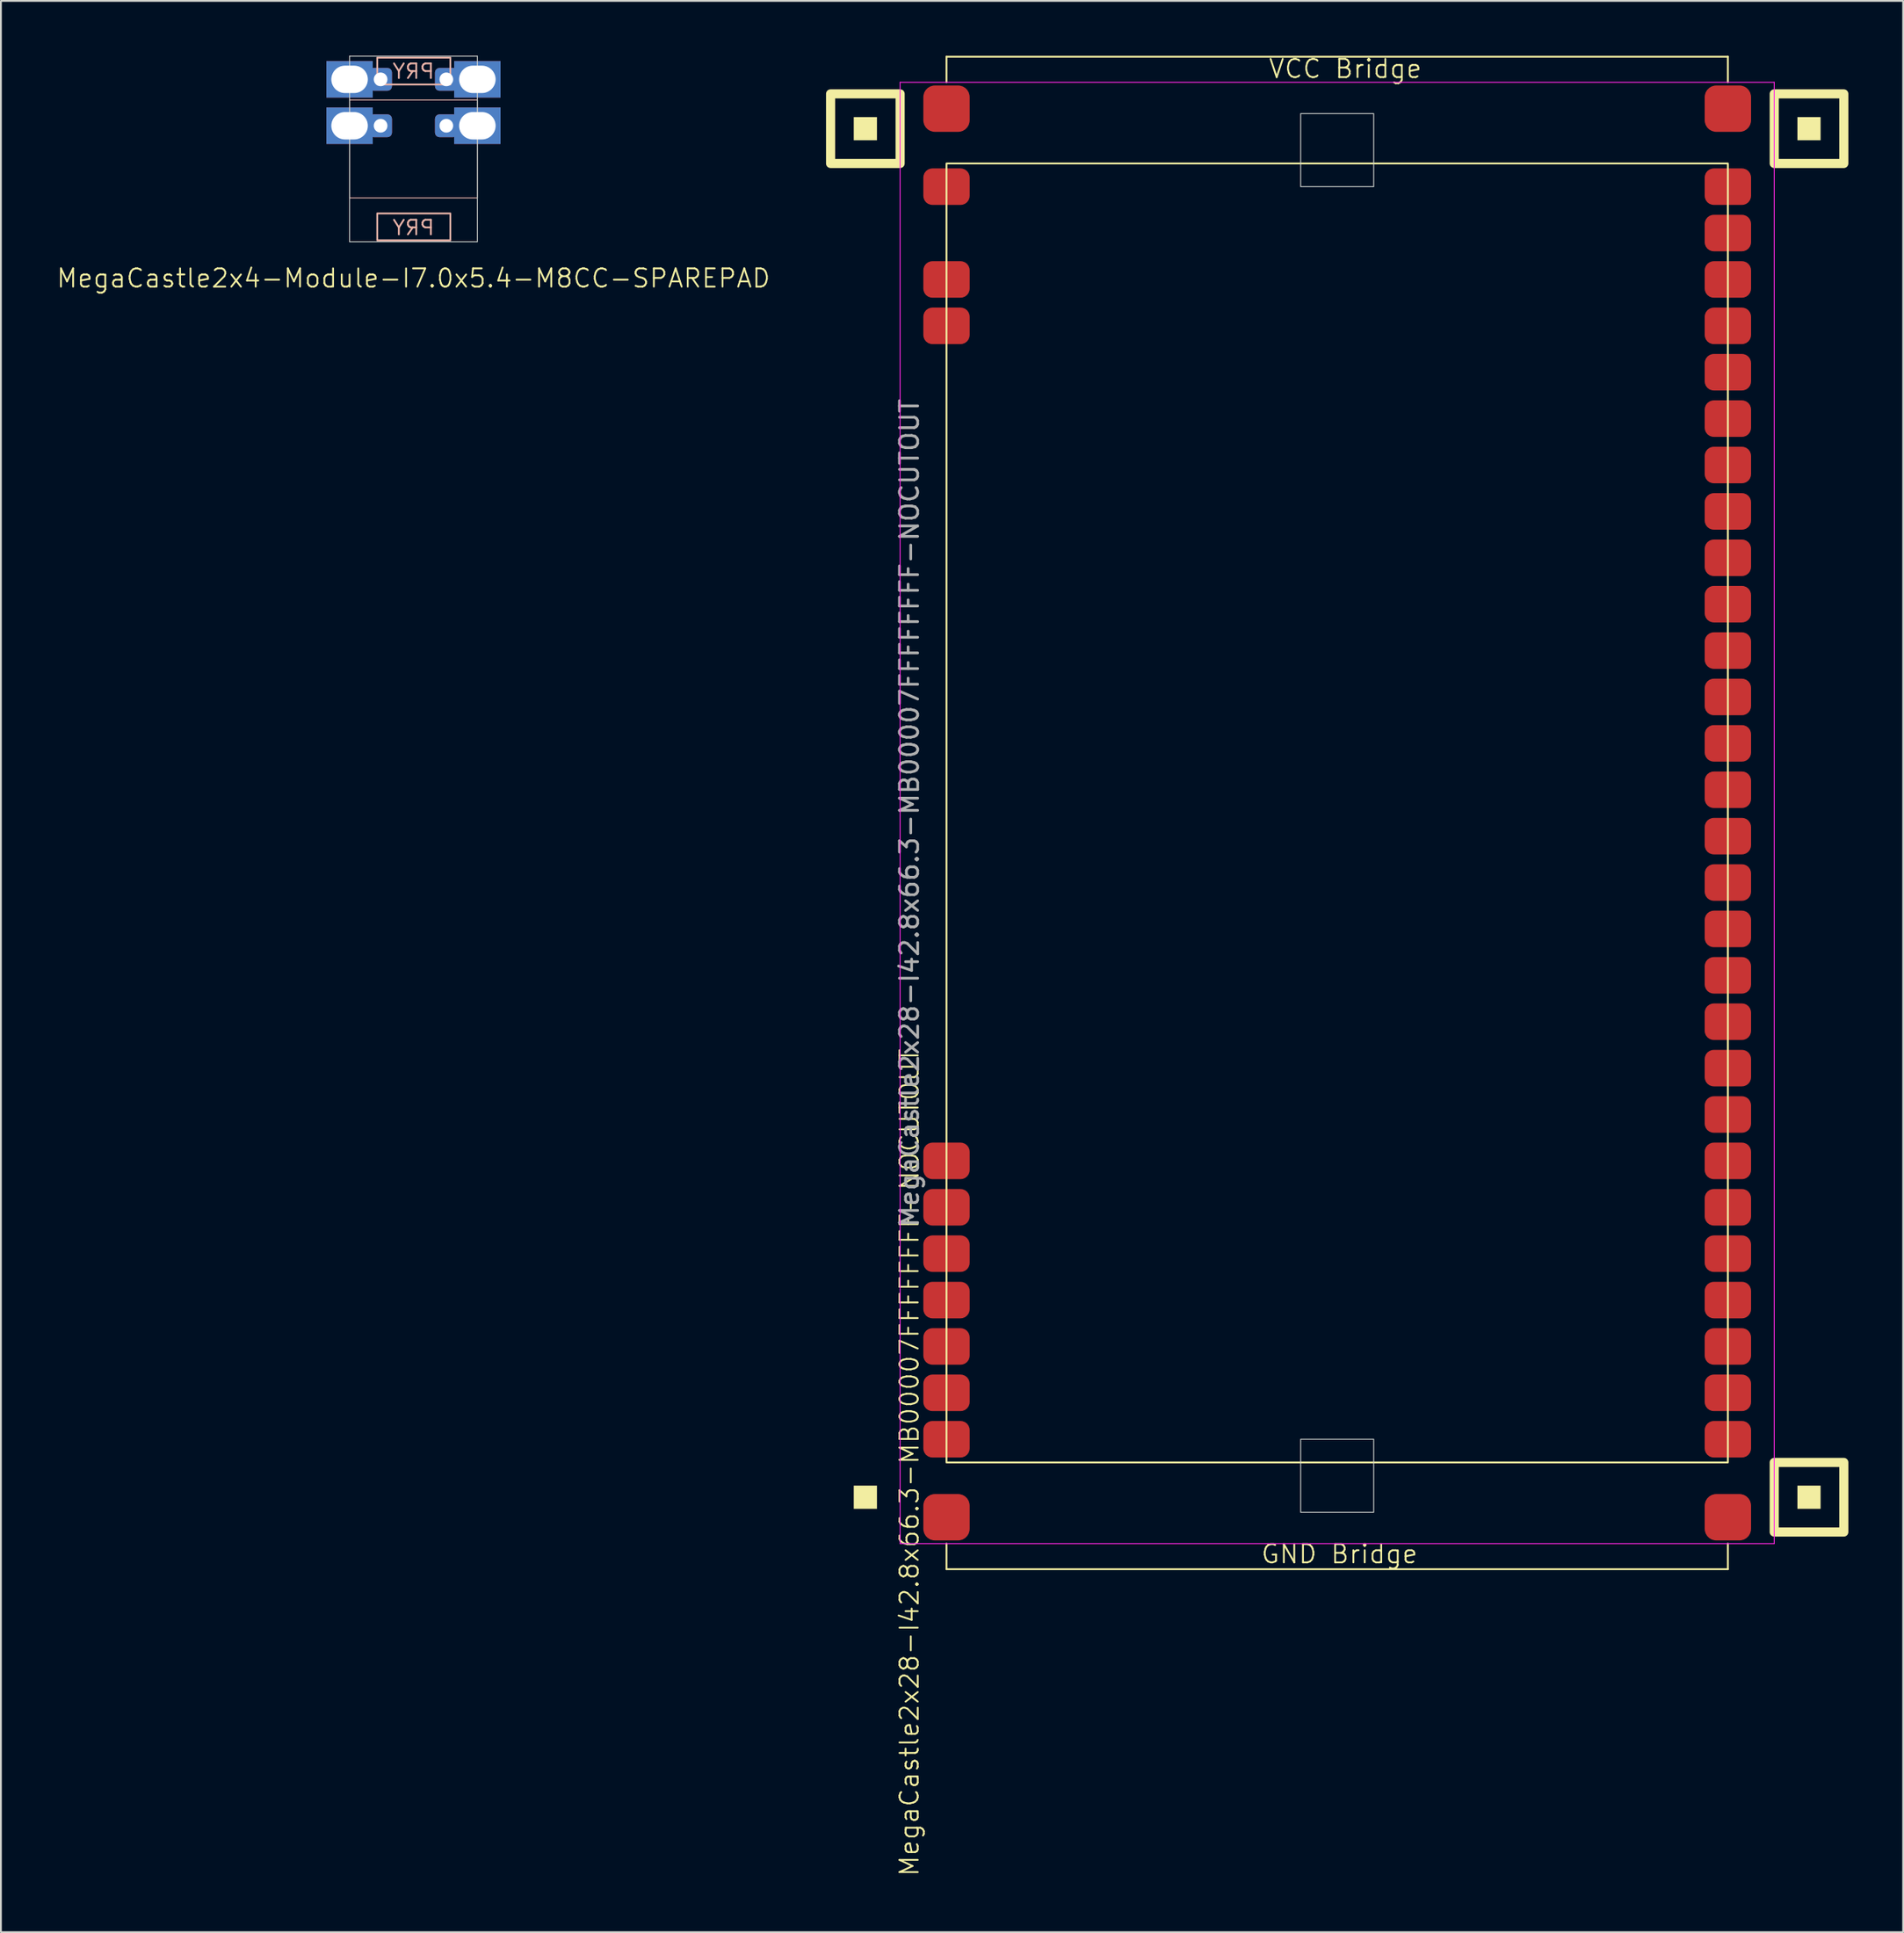
<source format=kicad_pcb>
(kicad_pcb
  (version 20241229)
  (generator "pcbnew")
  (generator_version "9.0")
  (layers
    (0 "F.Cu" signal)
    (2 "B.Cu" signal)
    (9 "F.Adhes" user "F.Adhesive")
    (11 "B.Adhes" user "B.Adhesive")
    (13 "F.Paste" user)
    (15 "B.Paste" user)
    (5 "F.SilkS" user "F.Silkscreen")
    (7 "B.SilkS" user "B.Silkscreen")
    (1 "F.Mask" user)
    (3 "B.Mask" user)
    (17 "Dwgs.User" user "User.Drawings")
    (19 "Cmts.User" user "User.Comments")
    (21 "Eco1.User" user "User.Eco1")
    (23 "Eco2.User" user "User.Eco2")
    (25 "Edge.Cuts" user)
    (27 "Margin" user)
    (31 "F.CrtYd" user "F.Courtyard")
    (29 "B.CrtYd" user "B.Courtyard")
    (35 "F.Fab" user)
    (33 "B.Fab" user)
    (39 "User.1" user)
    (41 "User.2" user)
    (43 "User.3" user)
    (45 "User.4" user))
  (footprint "MegaCastle2x4-Module-I7.0x5.4-M8CC-SPAREPAD"
    (layer "F.Cu")
    (at 19.598 5.105)
    (property "Reference" "MegaCastle2x4-Module-I7.0x5.4-M8CC-SPAREPAD" (at 0 7.08 0) (unlocked yes) (layer "F.SilkS") (effects (font (size 1 1) (thickness 0.1))))
    (attr smd)
    (fp_rect (start -3.5 2.68) (end 3.5 -2.68) (stroke (width 0.05) (type default)) (fill no) (layer "B.SilkS"))
    (fp_rect (start -1.984 -3.531) (end 2.02 -5) (stroke (width 0.1) (type default)) (fill no) (layer "B.SilkS"))
    (fp_rect (start -1.984 3.531) (end 2.02 5) (stroke (width 0.1) (type default)) (fill no) (layer "B.SilkS"))
    (fp_line (start -3.5 -5.08) (end -3.5 5.08) (stroke (width 0.05) (type default)) (layer "Edge.Cuts"))
    (fp_line (start -3.5 -5.08) (end 3.5 -5.08) (stroke (width 0.05) (type default)) (layer "Edge.Cuts"))
    (fp_line (start -3.5 5.08) (end 3.5 5.08) (stroke (width 0.05) (type default)) (layer "Edge.Cuts"))
    (fp_line (start 3.5 -5.08) (end 3.5 5.08) (stroke (width 0.05) (type default)) (layer "Edge.Cuts"))
    (fp_text user "PRY" (at 0 -3.78 0) (unlocked yes) (layer "B.SilkS") (effects (font (size 0.8 0.8) (thickness 0.1)) (justify bottom mirror)))
    (fp_text user "PRY" (at 0 4.78 0) (unlocked yes) (layer "B.SilkS") (effects (font (size 0.8 0.8) (thickness 0.1)) (justify bottom mirror)))
    (pad "1" thru_hole rect (at -3.5 -3.81) (size 2.54 2) (drill oval 2 1.5) (property pad_prop_castellated) (layers "*.Cu" "*.Mask"))
    (pad "1" thru_hole roundrect (at -1.8 -3.81 180) (size 1.25 1.25) (drill 0.75) (layers "*.Cu" "*.Mask") (roundrect_rratio 0.2))
    (pad "2" thru_hole rect (at -3.5 -1.27) (size 2.54 2) (drill oval 2 1.5) (property pad_prop_castellated) (layers "*.Cu" "*.Mask"))
    (pad "2" thru_hole roundrect (at -1.8 -1.27 180) (size 1.25 1.25) (drill 0.75) (layers "*.Cu" "*.Mask") (roundrect_rratio 0.2))
    (pad "5" thru_hole roundrect (at 1.8 -3.81 180) (size 1.25 1.25) (drill 0.75) (layers "*.Cu" "*.Mask") (roundrect_rratio 0.2))
    (pad "5" thru_hole rect (at 3.5 -3.81) (size 2.54 2) (drill oval 2 1.5) (property pad_prop_castellated) (layers "*.Cu" "*.Mask"))
    (pad "6" thru_hole roundrect (at 1.8 -1.27 180) (size 1.25 1.25) (drill 0.75) (layers "*.Cu" "*.Mask") (roundrect_rratio 0.2))
    (pad "6" thru_hole rect (at 3.5 -1.27) (size 2.54 2) (drill oval 2 1.5) (property pad_prop_castellated) (layers "*.Cu" "*.Mask"))
    (zone (net_name "") (layer "B.Cu") (hatch edge 0.5) (connect_pads) (min_thickness 0.25) (filled_areas_thickness no) (keepout (tracks allowed) (vias allowed) (pads allowed) (copperpour allowed) (footprints not_allowed)) (placement (enabled no)) (fill) (polygon (pts (xy 16.098 10.185) (xy 16.098 0.025))))
    (zone (net_name "") (layer "B.Cu") (hatch edge 0.5) (connect_pads) (min_thickness 0.25) (filled_areas_thickness no) (keepout (tracks allowed) (vias allowed) (pads allowed) (copperpour allowed) (footprints not_allowed)) (placement (enabled no)) (fill) (polygon (pts (xy 23.098 10.185) (xy 23.098 0.025))))
    (zone (net_name "") (layer "B.Cu") (hatch edge 0.5) (connect_pads) (min_thickness 0.25) (filled_areas_thickness no) (keepout (tracks allowed) (vias allowed) (pads allowed) (copperpour allowed) (footprints not_allowed)) (placement (enabled no)) (fill) (polygon (pts (xy 16.098 0.025) (xy 16.098 2.425) (xy 23.098 2.425) (xy 23.098 0.025))))
    (zone (net_name "") (layer "B.Cu") (hatch edge 0.5) (connect_pads) (min_thickness 0.25) (filled_areas_thickness no) (keepout (tracks allowed) (vias allowed) (pads allowed) (copperpour allowed) (footprints not_allowed)) (placement (enabled no)) (fill) (polygon (pts (xy 16.098 10.185) (xy 16.098 7.785) (xy 23.098 7.785) (xy 23.098 10.185))))
    (zone (net_name "") (layer "B.Cu") (name "Upper Pry Zone") (hatch edge 0.5) (connect_pads) (min_thickness 0.25) (filled_areas_thickness no) (keepout (tracks not_allowed) (vias not_allowed) (pads not_allowed) (copperpour allowed) (footprints not_allowed)) (placement (enabled no)) (fill) (polygon (pts (xy 17.613 1.574) (xy 17.613 0.105) (xy 21.617 0.105) (xy 21.617 1.574))))
    (zone (net_name "") (layer "B.Cu") (name "Upper Pry Zone") (hatch edge 0.5) (connect_pads) (min_thickness 0.25) (filled_areas_thickness no) (keepout (tracks not_allowed) (vias not_allowed) (pads not_allowed) (copperpour allowed) (footprints not_allowed)) (placement (enabled no)) (fill) (polygon (pts (xy 17.613 8.636) (xy 17.613 10.105) (xy 21.617 10.105) (xy 21.617 8.636)))))
  (footprint "MegaCastle2x28-I42.8x66.3-MB00007FFFFFFFF-NOCUTOUT"
    (layer "F.Cu")
    (at 70.195 41.46)
    (property "Reference" "MegaCastle2x28-I42.8x66.3-MB00007FFFFFFFF-NOCUTOUT" (at -23.432 35.56 90) (unlocked yes) (layer "F.SilkS") (effects (font (size 1 1) (thickness 0.1))))
    (attr smd)
    (fp_line (start -21.4 -41.405) (end 21.4 -41.405) (stroke (width 0.1) (type default)) (layer "F.SilkS"))
    (fp_line (start -21.4 -40.005) (end -21.4 -41.405) (stroke (width 0.1) (type default)) (layer "F.SilkS"))
    (fp_line (start -21.4 40.005) (end -21.4 41.405) (stroke (width 0.1) (type default)) (layer "F.SilkS"))
    (fp_line (start -21.4 41.405) (end 21.4 41.405) (stroke (width 0.1) (type default)) (layer "F.SilkS"))
    (fp_line (start 21.4 -40.005) (end 21.4 -41.405) (stroke (width 0.1) (type default)) (layer "F.SilkS"))
    (fp_line (start 21.4 40.005) (end 21.4 41.405) (stroke (width 0.1) (type default)) (layer "F.SilkS"))
    (fp_rect (start -25.21 -36.83) (end -26.48 -38.1) (stroke (width 0) (type solid)) (fill yes) (layer "F.SilkS"))
    (fp_rect (start -25.21 38.1) (end -26.48 36.83) (stroke (width 0) (type solid)) (fill yes) (layer "F.SilkS"))
    (fp_rect (start -23.94 -35.56) (end -27.75 -39.37) (stroke (width 0.5) (type default)) (fill no) (layer "F.SilkS"))
    (fp_rect (start -21.4 -35.56) (end 21.4 35.56) (stroke (width 0.1) (type default)) (fill no) (layer "F.SilkS"))
    (fp_rect (start 26.48 -36.83) (end 25.21 -38.1) (stroke (width 0) (type solid)) (fill yes) (layer "F.SilkS"))
    (fp_rect (start 26.48 38.1) (end 25.21 36.83) (stroke (width 0) (type solid)) (fill yes) (layer "F.SilkS"))
    (fp_rect (start 27.75 -35.56) (end 23.94 -39.37) (stroke (width 0.5) (type default)) (fill no) (layer "F.SilkS"))
    (fp_rect (start 27.75 39.37) (end 23.94 35.56) (stroke (width 0.5) (type default)) (fill no) (layer "F.SilkS"))
    (fp_rect (start -2 -34.29) (end 2 -38.29) (stroke (width 0.05) (type default)) (fill no) (layer "Edge.Cuts"))
    (fp_rect (start -2 34.29) (end 2 38.29) (stroke (width 0.05) (type default)) (fill no) (layer "Edge.Cuts"))
    (fp_line (start -23.94 -40.005) (end -23.94 40.005) (stroke (width 0.05) (type default)) (layer "F.CrtYd"))
    (fp_line (start -23.94 40.005) (end 23.94 40.005) (stroke (width 0.05) (type default)) (layer "F.CrtYd"))
    (fp_line (start 23.94 -40.005) (end -23.94 -40.005) (stroke (width 0.05) (type default)) (layer "F.CrtYd"))
    (fp_line (start 23.94 -40.005) (end 23.94 40.005) (stroke (width 0.05) (type default)) (layer "F.CrtYd"))
    (fp_text user "GND Bridge" (at -4.226 41.16 0) (unlocked yes) (layer "F.SilkS") (effects (font (size 1 1) (thickness 0.1)) (justify left bottom)))
    (fp_text user "VCC Bridge" (at -3.81 -40.16 0) (unlocked yes) (layer "F.SilkS") (effects (font (size 1 1) (thickness 0.1)) (justify left bottom)))
    (fp_text user "${REFERENCE}" (at -23.432 0 90) (unlocked yes) (layer "F.Fab") (effects (font (size 1 1) (thickness 0.15))))
    (pad "1" smd roundrect (at -21.4 -34.29) (size 2.54 2) (layers "F.Cu" "F.Mask" "F.Paste") (roundrect_rratio 0.25))
    (pad "3" smd roundrect (at -21.4 -29.21) (size 2.54 2) (layers "F.Cu" "F.Mask" "F.Paste") (roundrect_rratio 0.25))
    (pad "4" smd roundrect (at -21.4 -26.67) (size 2.54 2) (layers "F.Cu" "F.Mask" "F.Paste") (roundrect_rratio 0.25))
    (pad "22" smd roundrect (at -21.4 19.05) (size 2.54 2) (layers "F.Cu" "F.Mask" "F.Paste") (roundrect_rratio 0.25))
    (pad "23" smd roundrect (at -21.4 21.59) (size 2.54 2) (layers "F.Cu" "F.Mask" "F.Paste") (roundrect_rratio 0.25))
    (pad "24" smd roundrect (at -21.4 24.13) (size 2.54 2) (layers "F.Cu" "F.Mask" "F.Paste") (roundrect_rratio 0.25))
    (pad "25" smd roundrect (at -21.4 26.67) (size 2.54 2) (layers "F.Cu" "F.Mask" "F.Paste") (roundrect_rratio 0.25))
    (pad "26" smd roundrect (at -21.4 29.21) (size 2.54 2) (layers "F.Cu" "F.Mask" "F.Paste") (roundrect_rratio 0.25))
    (pad "27" smd roundrect (at -21.4 31.75) (size 2.54 2) (layers "F.Cu" "F.Mask" "F.Paste") (roundrect_rratio 0.25))
    (pad "28" smd roundrect (at -21.4 34.29) (size 2.54 2) (layers "F.Cu" "F.Mask" "F.Paste") (roundrect_rratio 0.25))
    (pad "29" smd roundrect (at 21.4 -34.29) (size 2.54 2) (layers "F.Cu" "F.Mask" "F.Paste") (roundrect_rratio 0.25))
    (pad "30" smd roundrect (at 21.4 -31.75) (size 2.54 2) (layers "F.Cu" "F.Mask" "F.Paste") (roundrect_rratio 0.25))
    (pad "31" smd roundrect (at 21.4 -29.21) (size 2.54 2) (layers "F.Cu" "F.Mask" "F.Paste") (roundrect_rratio 0.25))
    (pad "32" smd roundrect (at 21.4 -26.67) (size 2.54 2) (layers "F.Cu" "F.Mask" "F.Paste") (roundrect_rratio 0.25))
    (pad "33" smd roundrect (at 21.4 -24.13) (size 2.54 2) (layers "F.Cu" "F.Mask" "F.Paste") (roundrect_rratio 0.25))
    (pad "34" smd roundrect (at 21.4 -21.59) (size 2.54 2) (layers "F.Cu" "F.Mask" "F.Paste") (roundrect_rratio 0.25))
    (pad "35" smd roundrect (at 21.4 -19.05) (size 2.54 2) (layers "F.Cu" "F.Mask" "F.Paste") (roundrect_rratio 0.25))
    (pad "36" smd roundrect (at 21.4 -16.51) (size 2.54 2) (layers "F.Cu" "F.Mask" "F.Paste") (roundrect_rratio 0.25))
    (pad "37" smd roundrect (at 21.4 -13.97) (size 2.54 2) (layers "F.Cu" "F.Mask" "F.Paste") (roundrect_rratio 0.25))
    (pad "38" smd roundrect (at 21.4 -11.43) (size 2.54 2) (layers "F.Cu" "F.Mask" "F.Paste") (roundrect_rratio 0.25))
    (pad "39" smd roundrect (at 21.4 -8.89) (size 2.54 2) (layers "F.Cu" "F.Mask" "F.Paste") (roundrect_rratio 0.25))
    (pad "40" smd roundrect (at 21.4 -6.35) (size 2.54 2) (layers "F.Cu" "F.Mask" "F.Paste") (roundrect_rratio 0.25))
    (pad "41" smd roundrect (at 21.4 -3.81) (size 2.54 2) (layers "F.Cu" "F.Mask" "F.Paste") (roundrect_rratio 0.25))
    (pad "42" smd roundrect (at 21.4 -1.27) (size 2.54 2) (layers "F.Cu" "F.Mask" "F.Paste") (roundrect_rratio 0.25))
    (pad "43" smd roundrect (at 21.4 1.27) (size 2.54 2) (layers "F.Cu" "F.Mask" "F.Paste") (roundrect_rratio 0.25))
    (pad "44" smd roundrect (at 21.4 3.81) (size 2.54 2) (layers "F.Cu" "F.Mask" "F.Paste") (roundrect_rratio 0.25))
    (pad "45" smd roundrect (at 21.4 6.35) (size 2.54 2) (layers "F.Cu" "F.Mask" "F.Paste") (roundrect_rratio 0.25))
    (pad "46" smd roundrect (at 21.4 8.89) (size 2.54 2) (layers "F.Cu" "F.Mask" "F.Paste") (roundrect_rratio 0.25))
    (pad "47" smd roundrect (at 21.4 11.43) (size 2.54 2) (layers "F.Cu" "F.Mask" "F.Paste") (roundrect_rratio 0.25))
    (pad "48" smd roundrect (at 21.4 13.97) (size 2.54 2) (layers "F.Cu" "F.Mask" "F.Paste") (roundrect_rratio 0.25))
    (pad "49" smd roundrect (at 21.4 16.51) (size 2.54 2) (layers "F.Cu" "F.Mask" "F.Paste") (roundrect_rratio 0.25))
    (pad "50" smd roundrect (at 21.4 19.05) (size 2.54 2) (layers "F.Cu" "F.Mask" "F.Paste") (roundrect_rratio 0.25))
    (pad "51" smd roundrect (at 21.4 21.59) (size 2.54 2) (layers "F.Cu" "F.Mask" "F.Paste") (roundrect_rratio 0.25))
    (pad "52" smd roundrect (at 21.4 24.13) (size 2.54 2) (layers "F.Cu" "F.Mask" "F.Paste") (roundrect_rratio 0.25))
    (pad "53" smd roundrect (at 21.4 26.67) (size 2.54 2) (layers "F.Cu" "F.Mask" "F.Paste") (roundrect_rratio 0.25))
    (pad "54" smd roundrect (at 21.4 29.21) (size 2.54 2) (layers "F.Cu" "F.Mask" "F.Paste") (roundrect_rratio 0.25))
    (pad "55" smd roundrect (at 21.4 31.75) (size 2.54 2) (layers "F.Cu" "F.Mask" "F.Paste") (roundrect_rratio 0.25))
    (pad "56" smd roundrect (at 21.4 34.29) (size 2.54 2) (layers "F.Cu" "F.Mask" "F.Paste") (roundrect_rratio 0.25))
    (pad "A1" smd roundrect (at -21.4 -38.56) (size 2.54 2.54) (layers "F.Cu" "F.Mask" "F.Paste") (roundrect_rratio 0.25))
    (pad "A2" smd roundrect (at 21.4 -38.56) (size 2.54 2.54) (layers "F.Cu" "F.Mask" "F.Paste") (roundrect_rratio 0.25))
    (pad "B1" smd roundrect (at -21.4 38.56) (size 2.54 2.54) (layers "F.Cu" "F.Mask" "F.Paste") (roundrect_rratio 0.25))
    (pad "B2" smd roundrect (at 21.4 38.56) (size 2.54 2.54) (layers "F.Cu" "F.Mask" "F.Paste") (roundrect_rratio 0.25)))
  (gr_rect
    (start -3 -3)
    (end 101.195 102.737)
    (stroke (width 0.1) (type default))
    (fill no)
    (layer "Edge.Cuts")))
</source>
